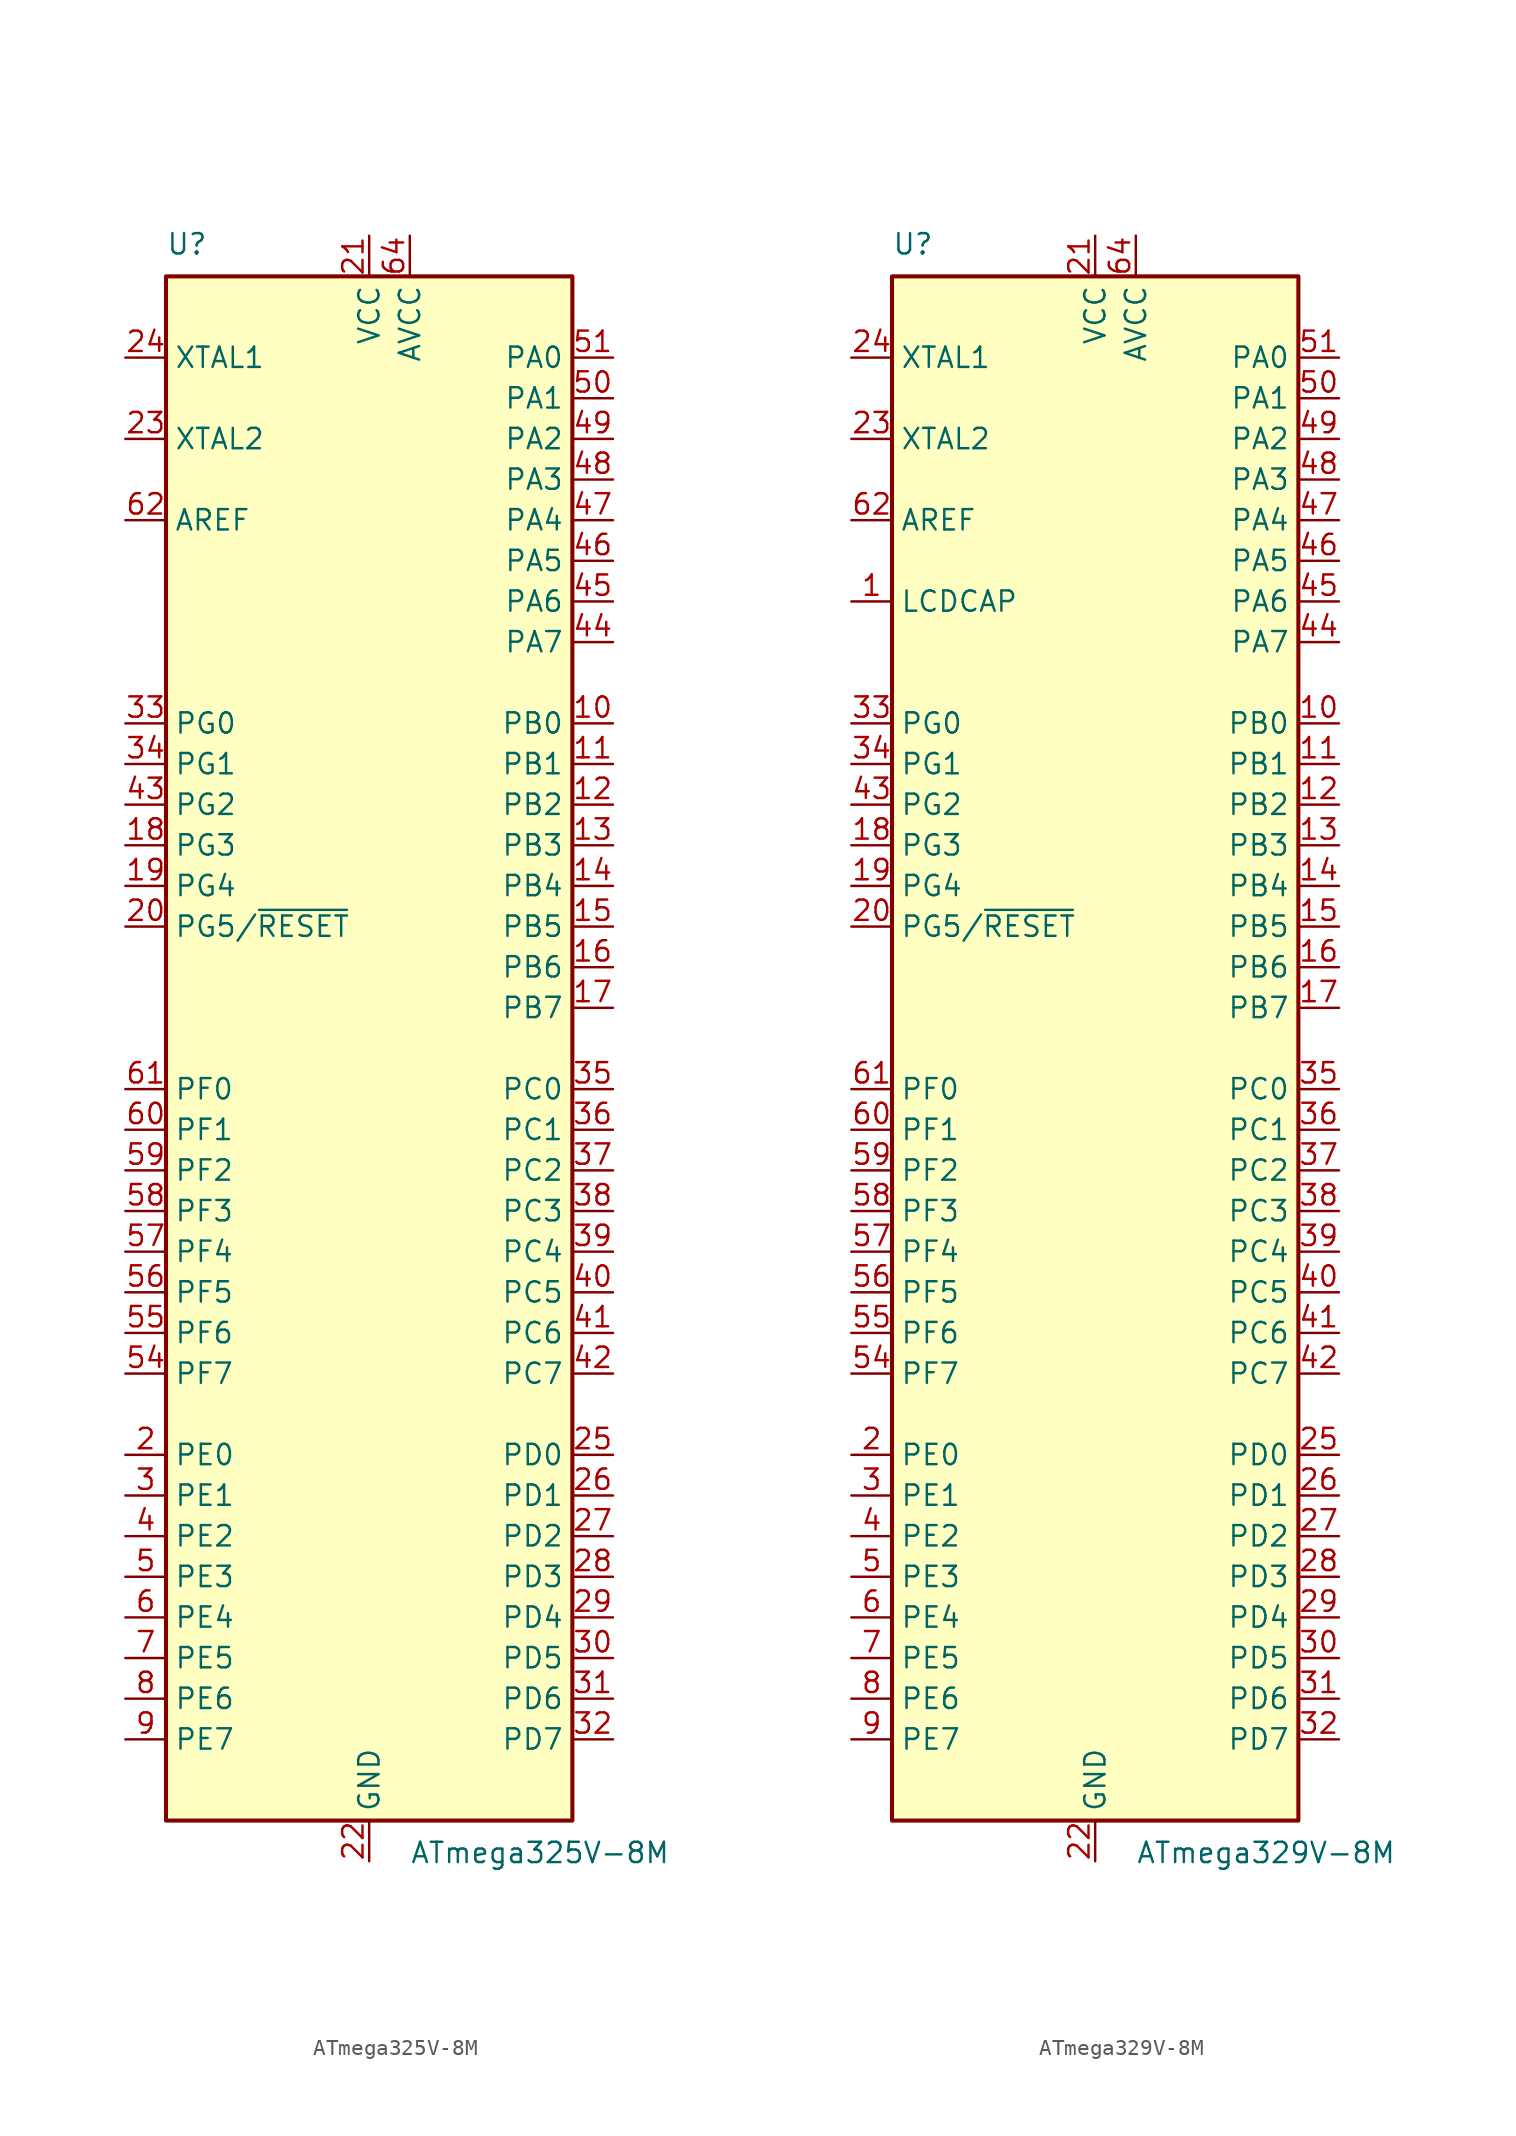
<source format=kicad_sym>
(kicad_symbol_lib
  (version 20201005)
  (generator kicad_symbol_editor)
  (symbol "MCU_Microchip_ATmega:ATmega325V-8M"
    (property "Reference" "U"
      (at -12.7 49.53 0)
      (effects (font (size 1.27 1.27)) (justify left bottom)))
    (property "Value" "ATmega325V-8M"
      (at 2.54 -49.53 0)
      (effects (font (size 1.27 1.27)) (justify left top)))
    (symbol "ATmega325V-8M_0_1"
      (rectangle (start -12.7 -48.26) (end 12.7 48.26) (stroke (width 0.254)) (fill (type background))))
    (symbol "ATmega325V-8M_1_1"
      (pin no_connect line (at -12.7 -45.72 0) (length 2.54) hide (name "NC" (effects (font (size 1.27 1.27)))) (number "1" (effects (font (size 1.27 1.27)))))
      (pin bidirectional line (at 15.24 20.32 180) (length 2.54) (name "PB0" (effects (font (size 1.27 1.27)))) (number "10" (effects (font (size 1.27 1.27)))))
      (pin bidirectional line (at 15.24 17.78 180) (length 2.54) (name "PB1" (effects (font (size 1.27 1.27)))) (number "11" (effects (font (size 1.27 1.27)))))
      (pin bidirectional line (at 15.24 15.24 180) (length 2.54) (name "PB2" (effects (font (size 1.27 1.27)))) (number "12" (effects (font (size 1.27 1.27)))))
      (pin bidirectional line (at 15.24 12.7 180) (length 2.54) (name "PB3" (effects (font (size 1.27 1.27)))) (number "13" (effects (font (size 1.27 1.27)))))
      (pin bidirectional line (at 15.24 10.16 180) (length 2.54) (name "PB4" (effects (font (size 1.27 1.27)))) (number "14" (effects (font (size 1.27 1.27)))))
      (pin bidirectional line (at 15.24 7.62 180) (length 2.54) (name "PB5" (effects (font (size 1.27 1.27)))) (number "15" (effects (font (size 1.27 1.27)))))
      (pin bidirectional line (at 15.24 5.08 180) (length 2.54) (name "PB6" (effects (font (size 1.27 1.27)))) (number "16" (effects (font (size 1.27 1.27)))))
      (pin bidirectional line (at 15.24 2.54 180) (length 2.54) (name "PB7" (effects (font (size 1.27 1.27)))) (number "17" (effects (font (size 1.27 1.27)))))
      (pin bidirectional line (at -15.24 12.7 0) (length 2.54) (name "PG3" (effects (font (size 1.27 1.27)))) (number "18" (effects (font (size 1.27 1.27)))))
      (pin bidirectional line (at -15.24 10.16 0) (length 2.54) (name "PG4" (effects (font (size 1.27 1.27)))) (number "19" (effects (font (size 1.27 1.27)))))
      (pin bidirectional line (at -15.24 -25.4 0) (length 2.54) (name "PE0" (effects (font (size 1.27 1.27)))) (number "2" (effects (font (size 1.27 1.27)))))
      (pin bidirectional line (at -15.24 7.62 0) (length 2.54) (name "PG5/~RESET" (effects (font (size 1.27 1.27)))) (number "20" (effects (font (size 1.27 1.27)))))
      (pin power_in line (at 0 50.8 270) (length 2.54) (name "VCC" (effects (font (size 1.27 1.27)))) (number "21" (effects (font (size 1.27 1.27)))))
      (pin power_in line (at 0 -50.8 90) (length 2.54) (name "GND" (effects (font (size 1.27 1.27)))) (number "22" (effects (font (size 1.27 1.27)))))
      (pin output line (at -15.24 38.1 0) (length 2.54) (name "XTAL2" (effects (font (size 1.27 1.27)))) (number "23" (effects (font (size 1.27 1.27)))))
      (pin input line (at -15.24 43.18 0) (length 2.54) (name "XTAL1" (effects (font (size 1.27 1.27)))) (number "24" (effects (font (size 1.27 1.27)))))
      (pin bidirectional line (at 15.24 -25.4 180) (length 2.54) (name "PD0" (effects (font (size 1.27 1.27)))) (number "25" (effects (font (size 1.27 1.27)))))
      (pin bidirectional line (at 15.24 -27.94 180) (length 2.54) (name "PD1" (effects (font (size 1.27 1.27)))) (number "26" (effects (font (size 1.27 1.27)))))
      (pin bidirectional line (at 15.24 -30.48 180) (length 2.54) (name "PD2" (effects (font (size 1.27 1.27)))) (number "27" (effects (font (size 1.27 1.27)))))
      (pin bidirectional line (at 15.24 -33.02 180) (length 2.54) (name "PD3" (effects (font (size 1.27 1.27)))) (number "28" (effects (font (size 1.27 1.27)))))
      (pin bidirectional line (at 15.24 -35.56 180) (length 2.54) (name "PD4" (effects (font (size 1.27 1.27)))) (number "29" (effects (font (size 1.27 1.27)))))
      (pin bidirectional line (at -15.24 -27.94 0) (length 2.54) (name "PE1" (effects (font (size 1.27 1.27)))) (number "3" (effects (font (size 1.27 1.27)))))
      (pin bidirectional line (at 15.24 -38.1 180) (length 2.54) (name "PD5" (effects (font (size 1.27 1.27)))) (number "30" (effects (font (size 1.27 1.27)))))
      (pin bidirectional line (at 15.24 -40.64 180) (length 2.54) (name "PD6" (effects (font (size 1.27 1.27)))) (number "31" (effects (font (size 1.27 1.27)))))
      (pin bidirectional line (at 15.24 -43.18 180) (length 2.54) (name "PD7" (effects (font (size 1.27 1.27)))) (number "32" (effects (font (size 1.27 1.27)))))
      (pin bidirectional line (at -15.24 20.32 0) (length 2.54) (name "PG0" (effects (font (size 1.27 1.27)))) (number "33" (effects (font (size 1.27 1.27)))))
      (pin bidirectional line (at -15.24 17.78 0) (length 2.54) (name "PG1" (effects (font (size 1.27 1.27)))) (number "34" (effects (font (size 1.27 1.27)))))
      (pin bidirectional line (at 15.24 -2.54 180) (length 2.54) (name "PC0" (effects (font (size 1.27 1.27)))) (number "35" (effects (font (size 1.27 1.27)))))
      (pin bidirectional line (at 15.24 -5.08 180) (length 2.54) (name "PC1" (effects (font (size 1.27 1.27)))) (number "36" (effects (font (size 1.27 1.27)))))
      (pin bidirectional line (at 15.24 -7.62 180) (length 2.54) (name "PC2" (effects (font (size 1.27 1.27)))) (number "37" (effects (font (size 1.27 1.27)))))
      (pin bidirectional line (at 15.24 -10.16 180) (length 2.54) (name "PC3" (effects (font (size 1.27 1.27)))) (number "38" (effects (font (size 1.27 1.27)))))
      (pin bidirectional line (at 15.24 -12.7 180) (length 2.54) (name "PC4" (effects (font (size 1.27 1.27)))) (number "39" (effects (font (size 1.27 1.27)))))
      (pin bidirectional line (at -15.24 -30.48 0) (length 2.54) (name "PE2" (effects (font (size 1.27 1.27)))) (number "4" (effects (font (size 1.27 1.27)))))
      (pin bidirectional line (at 15.24 -15.24 180) (length 2.54) (name "PC5" (effects (font (size 1.27 1.27)))) (number "40" (effects (font (size 1.27 1.27)))))
      (pin bidirectional line (at 15.24 -17.78 180) (length 2.54) (name "PC6" (effects (font (size 1.27 1.27)))) (number "41" (effects (font (size 1.27 1.27)))))
      (pin bidirectional line (at 15.24 -20.32 180) (length 2.54) (name "PC7" (effects (font (size 1.27 1.27)))) (number "42" (effects (font (size 1.27 1.27)))))
      (pin bidirectional line (at -15.24 15.24 0) (length 2.54) (name "PG2" (effects (font (size 1.27 1.27)))) (number "43" (effects (font (size 1.27 1.27)))))
      (pin bidirectional line (at 15.24 25.4 180) (length 2.54) (name "PA7" (effects (font (size 1.27 1.27)))) (number "44" (effects (font (size 1.27 1.27)))))
      (pin bidirectional line (at 15.24 27.94 180) (length 2.54) (name "PA6" (effects (font (size 1.27 1.27)))) (number "45" (effects (font (size 1.27 1.27)))))
      (pin bidirectional line (at 15.24 30.48 180) (length 2.54) (name "PA5" (effects (font (size 1.27 1.27)))) (number "46" (effects (font (size 1.27 1.27)))))
      (pin bidirectional line (at 15.24 33.02 180) (length 2.54) (name "PA4" (effects (font (size 1.27 1.27)))) (number "47" (effects (font (size 1.27 1.27)))))
      (pin bidirectional line (at 15.24 35.56 180) (length 2.54) (name "PA3" (effects (font (size 1.27 1.27)))) (number "48" (effects (font (size 1.27 1.27)))))
      (pin bidirectional line (at 15.24 38.1 180) (length 2.54) (name "PA2" (effects (font (size 1.27 1.27)))) (number "49" (effects (font (size 1.27 1.27)))))
      (pin bidirectional line (at -15.24 -33.02 0) (length 2.54) (name "PE3" (effects (font (size 1.27 1.27)))) (number "5" (effects (font (size 1.27 1.27)))))
      (pin bidirectional line (at 15.24 40.64 180) (length 2.54) (name "PA1" (effects (font (size 1.27 1.27)))) (number "50" (effects (font (size 1.27 1.27)))))
      (pin bidirectional line (at 15.24 43.18 180) (length 2.54) (name "PA0" (effects (font (size 1.27 1.27)))) (number "51" (effects (font (size 1.27 1.27)))))
      (pin passive line (at 0 50.8 270) (length 2.54) hide (name "VCC" (effects (font (size 1.27 1.27)))) (number "52" (effects (font (size 1.27 1.27)))))
      (pin passive line (at 0 -50.8 90) (length 2.54) hide (name "GND" (effects (font (size 1.27 1.27)))) (number "53" (effects (font (size 1.27 1.27)))))
      (pin bidirectional line (at -15.24 -20.32 0) (length 2.54) (name "PF7" (effects (font (size 1.27 1.27)))) (number "54" (effects (font (size 1.27 1.27)))))
      (pin bidirectional line (at -15.24 -17.78 0) (length 2.54) (name "PF6" (effects (font (size 1.27 1.27)))) (number "55" (effects (font (size 1.27 1.27)))))
      (pin bidirectional line (at -15.24 -15.24 0) (length 2.54) (name "PF5" (effects (font (size 1.27 1.27)))) (number "56" (effects (font (size 1.27 1.27)))))
      (pin bidirectional line (at -15.24 -12.7 0) (length 2.54) (name "PF4" (effects (font (size 1.27 1.27)))) (number "57" (effects (font (size 1.27 1.27)))))
      (pin bidirectional line (at -15.24 -10.16 0) (length 2.54) (name "PF3" (effects (font (size 1.27 1.27)))) (number "58" (effects (font (size 1.27 1.27)))))
      (pin bidirectional line (at -15.24 -7.62 0) (length 2.54) (name "PF2" (effects (font (size 1.27 1.27)))) (number "59" (effects (font (size 1.27 1.27)))))
      (pin bidirectional line (at -15.24 -35.56 0) (length 2.54) (name "PE4" (effects (font (size 1.27 1.27)))) (number "6" (effects (font (size 1.27 1.27)))))
      (pin bidirectional line (at -15.24 -5.08 0) (length 2.54) (name "PF1" (effects (font (size 1.27 1.27)))) (number "60" (effects (font (size 1.27 1.27)))))
      (pin bidirectional line (at -15.24 -2.54 0) (length 2.54) (name "PF0" (effects (font (size 1.27 1.27)))) (number "61" (effects (font (size 1.27 1.27)))))
      (pin passive line (at -15.24 33.02 0) (length 2.54) (name "AREF" (effects (font (size 1.27 1.27)))) (number "62" (effects (font (size 1.27 1.27)))))
      (pin passive line (at 0 -50.8 90) (length 2.54) hide (name "GND" (effects (font (size 1.27 1.27)))) (number "63" (effects (font (size 1.27 1.27)))))
      (pin power_in line (at 2.54 50.8 270) (length 2.54) (name "AVCC" (effects (font (size 1.27 1.27)))) (number "64" (effects (font (size 1.27 1.27)))))
      (pin passive line (at 0 -50.8 90) (length 2.54) hide (name "GND" (effects (font (size 1.27 1.27)))) (number "65" (effects (font (size 1.27 1.27)))))
      (pin bidirectional line (at -15.24 -38.1 0) (length 2.54) (name "PE5" (effects (font (size 1.27 1.27)))) (number "7" (effects (font (size 1.27 1.27)))))
      (pin bidirectional line (at -15.24 -40.64 0) (length 2.54) (name "PE6" (effects (font (size 1.27 1.27)))) (number "8" (effects (font (size 1.27 1.27)))))
      (pin bidirectional line (at -15.24 -43.18 0) (length 2.54) (name "PE7" (effects (font (size 1.27 1.27)))) (number "9" (effects (font (size 1.27 1.27)))))))
  (symbol "MCU_Microchip_ATmega:ATmega329V-8M"
    (property "Reference" "U"
      (at -12.7 49.53 0)
      (effects (font (size 1.27 1.27)) (justify left bottom)))
    (property "Value" "ATmega329V-8M"
      (at 2.54 -49.53 0)
      (effects (font (size 1.27 1.27)) (justify left top)))
    (symbol "ATmega329V-8M_0_1"
      (rectangle (start -12.7 -48.26) (end 12.7 48.26) (stroke (width 0.254)) (fill (type background))))
    (symbol "ATmega329V-8M_1_1"
      (pin passive line (at -15.24 27.94 0) (length 2.54) (name "LCDCAP" (effects (font (size 1.27 1.27)))) (number "1" (effects (font (size 1.27 1.27)))))
      (pin bidirectional line (at 15.24 20.32 180) (length 2.54) (name "PB0" (effects (font (size 1.27 1.27)))) (number "10" (effects (font (size 1.27 1.27)))))
      (pin bidirectional line (at 15.24 17.78 180) (length 2.54) (name "PB1" (effects (font (size 1.27 1.27)))) (number "11" (effects (font (size 1.27 1.27)))))
      (pin bidirectional line (at 15.24 15.24 180) (length 2.54) (name "PB2" (effects (font (size 1.27 1.27)))) (number "12" (effects (font (size 1.27 1.27)))))
      (pin bidirectional line (at 15.24 12.7 180) (length 2.54) (name "PB3" (effects (font (size 1.27 1.27)))) (number "13" (effects (font (size 1.27 1.27)))))
      (pin bidirectional line (at 15.24 10.16 180) (length 2.54) (name "PB4" (effects (font (size 1.27 1.27)))) (number "14" (effects (font (size 1.27 1.27)))))
      (pin bidirectional line (at 15.24 7.62 180) (length 2.54) (name "PB5" (effects (font (size 1.27 1.27)))) (number "15" (effects (font (size 1.27 1.27)))))
      (pin bidirectional line (at 15.24 5.08 180) (length 2.54) (name "PB6" (effects (font (size 1.27 1.27)))) (number "16" (effects (font (size 1.27 1.27)))))
      (pin bidirectional line (at 15.24 2.54 180) (length 2.54) (name "PB7" (effects (font (size 1.27 1.27)))) (number "17" (effects (font (size 1.27 1.27)))))
      (pin bidirectional line (at -15.24 12.7 0) (length 2.54) (name "PG3" (effects (font (size 1.27 1.27)))) (number "18" (effects (font (size 1.27 1.27)))))
      (pin bidirectional line (at -15.24 10.16 0) (length 2.54) (name "PG4" (effects (font (size 1.27 1.27)))) (number "19" (effects (font (size 1.27 1.27)))))
      (pin bidirectional line (at -15.24 -25.4 0) (length 2.54) (name "PE0" (effects (font (size 1.27 1.27)))) (number "2" (effects (font (size 1.27 1.27)))))
      (pin bidirectional line (at -15.24 7.62 0) (length 2.54) (name "PG5/~RESET" (effects (font (size 1.27 1.27)))) (number "20" (effects (font (size 1.27 1.27)))))
      (pin power_in line (at 0 50.8 270) (length 2.54) (name "VCC" (effects (font (size 1.27 1.27)))) (number "21" (effects (font (size 1.27 1.27)))))
      (pin power_in line (at 0 -50.8 90) (length 2.54) (name "GND" (effects (font (size 1.27 1.27)))) (number "22" (effects (font (size 1.27 1.27)))))
      (pin output line (at -15.24 38.1 0) (length 2.54) (name "XTAL2" (effects (font (size 1.27 1.27)))) (number "23" (effects (font (size 1.27 1.27)))))
      (pin input line (at -15.24 43.18 0) (length 2.54) (name "XTAL1" (effects (font (size 1.27 1.27)))) (number "24" (effects (font (size 1.27 1.27)))))
      (pin bidirectional line (at 15.24 -25.4 180) (length 2.54) (name "PD0" (effects (font (size 1.27 1.27)))) (number "25" (effects (font (size 1.27 1.27)))))
      (pin bidirectional line (at 15.24 -27.94 180) (length 2.54) (name "PD1" (effects (font (size 1.27 1.27)))) (number "26" (effects (font (size 1.27 1.27)))))
      (pin bidirectional line (at 15.24 -30.48 180) (length 2.54) (name "PD2" (effects (font (size 1.27 1.27)))) (number "27" (effects (font (size 1.27 1.27)))))
      (pin bidirectional line (at 15.24 -33.02 180) (length 2.54) (name "PD3" (effects (font (size 1.27 1.27)))) (number "28" (effects (font (size 1.27 1.27)))))
      (pin bidirectional line (at 15.24 -35.56 180) (length 2.54) (name "PD4" (effects (font (size 1.27 1.27)))) (number "29" (effects (font (size 1.27 1.27)))))
      (pin bidirectional line (at -15.24 -27.94 0) (length 2.54) (name "PE1" (effects (font (size 1.27 1.27)))) (number "3" (effects (font (size 1.27 1.27)))))
      (pin bidirectional line (at 15.24 -38.1 180) (length 2.54) (name "PD5" (effects (font (size 1.27 1.27)))) (number "30" (effects (font (size 1.27 1.27)))))
      (pin bidirectional line (at 15.24 -40.64 180) (length 2.54) (name "PD6" (effects (font (size 1.27 1.27)))) (number "31" (effects (font (size 1.27 1.27)))))
      (pin bidirectional line (at 15.24 -43.18 180) (length 2.54) (name "PD7" (effects (font (size 1.27 1.27)))) (number "32" (effects (font (size 1.27 1.27)))))
      (pin bidirectional line (at -15.24 20.32 0) (length 2.54) (name "PG0" (effects (font (size 1.27 1.27)))) (number "33" (effects (font (size 1.27 1.27)))))
      (pin bidirectional line (at -15.24 17.78 0) (length 2.54) (name "PG1" (effects (font (size 1.27 1.27)))) (number "34" (effects (font (size 1.27 1.27)))))
      (pin bidirectional line (at 15.24 -2.54 180) (length 2.54) (name "PC0" (effects (font (size 1.27 1.27)))) (number "35" (effects (font (size 1.27 1.27)))))
      (pin bidirectional line (at 15.24 -5.08 180) (length 2.54) (name "PC1" (effects (font (size 1.27 1.27)))) (number "36" (effects (font (size 1.27 1.27)))))
      (pin bidirectional line (at 15.24 -7.62 180) (length 2.54) (name "PC2" (effects (font (size 1.27 1.27)))) (number "37" (effects (font (size 1.27 1.27)))))
      (pin bidirectional line (at 15.24 -10.16 180) (length 2.54) (name "PC3" (effects (font (size 1.27 1.27)))) (number "38" (effects (font (size 1.27 1.27)))))
      (pin bidirectional line (at 15.24 -12.7 180) (length 2.54) (name "PC4" (effects (font (size 1.27 1.27)))) (number "39" (effects (font (size 1.27 1.27)))))
      (pin bidirectional line (at -15.24 -30.48 0) (length 2.54) (name "PE2" (effects (font (size 1.27 1.27)))) (number "4" (effects (font (size 1.27 1.27)))))
      (pin bidirectional line (at 15.24 -15.24 180) (length 2.54) (name "PC5" (effects (font (size 1.27 1.27)))) (number "40" (effects (font (size 1.27 1.27)))))
      (pin bidirectional line (at 15.24 -17.78 180) (length 2.54) (name "PC6" (effects (font (size 1.27 1.27)))) (number "41" (effects (font (size 1.27 1.27)))))
      (pin bidirectional line (at 15.24 -20.32 180) (length 2.54) (name "PC7" (effects (font (size 1.27 1.27)))) (number "42" (effects (font (size 1.27 1.27)))))
      (pin bidirectional line (at -15.24 15.24 0) (length 2.54) (name "PG2" (effects (font (size 1.27 1.27)))) (number "43" (effects (font (size 1.27 1.27)))))
      (pin bidirectional line (at 15.24 25.4 180) (length 2.54) (name "PA7" (effects (font (size 1.27 1.27)))) (number "44" (effects (font (size 1.27 1.27)))))
      (pin bidirectional line (at 15.24 27.94 180) (length 2.54) (name "PA6" (effects (font (size 1.27 1.27)))) (number "45" (effects (font (size 1.27 1.27)))))
      (pin bidirectional line (at 15.24 30.48 180) (length 2.54) (name "PA5" (effects (font (size 1.27 1.27)))) (number "46" (effects (font (size 1.27 1.27)))))
      (pin bidirectional line (at 15.24 33.02 180) (length 2.54) (name "PA4" (effects (font (size 1.27 1.27)))) (number "47" (effects (font (size 1.27 1.27)))))
      (pin bidirectional line (at 15.24 35.56 180) (length 2.54) (name "PA3" (effects (font (size 1.27 1.27)))) (number "48" (effects (font (size 1.27 1.27)))))
      (pin bidirectional line (at 15.24 38.1 180) (length 2.54) (name "PA2" (effects (font (size 1.27 1.27)))) (number "49" (effects (font (size 1.27 1.27)))))
      (pin bidirectional line (at -15.24 -33.02 0) (length 2.54) (name "PE3" (effects (font (size 1.27 1.27)))) (number "5" (effects (font (size 1.27 1.27)))))
      (pin bidirectional line (at 15.24 40.64 180) (length 2.54) (name "PA1" (effects (font (size 1.27 1.27)))) (number "50" (effects (font (size 1.27 1.27)))))
      (pin bidirectional line (at 15.24 43.18 180) (length 2.54) (name "PA0" (effects (font (size 1.27 1.27)))) (number "51" (effects (font (size 1.27 1.27)))))
      (pin passive line (at 0 50.8 270) (length 2.54) hide (name "VCC" (effects (font (size 1.27 1.27)))) (number "52" (effects (font (size 1.27 1.27)))))
      (pin passive line (at 0 -50.8 90) (length 2.54) hide (name "GND" (effects (font (size 1.27 1.27)))) (number "53" (effects (font (size 1.27 1.27)))))
      (pin bidirectional line (at -15.24 -20.32 0) (length 2.54) (name "PF7" (effects (font (size 1.27 1.27)))) (number "54" (effects (font (size 1.27 1.27)))))
      (pin bidirectional line (at -15.24 -17.78 0) (length 2.54) (name "PF6" (effects (font (size 1.27 1.27)))) (number "55" (effects (font (size 1.27 1.27)))))
      (pin bidirectional line (at -15.24 -15.24 0) (length 2.54) (name "PF5" (effects (font (size 1.27 1.27)))) (number "56" (effects (font (size 1.27 1.27)))))
      (pin bidirectional line (at -15.24 -12.7 0) (length 2.54) (name "PF4" (effects (font (size 1.27 1.27)))) (number "57" (effects (font (size 1.27 1.27)))))
      (pin bidirectional line (at -15.24 -10.16 0) (length 2.54) (name "PF3" (effects (font (size 1.27 1.27)))) (number "58" (effects (font (size 1.27 1.27)))))
      (pin bidirectional line (at -15.24 -7.62 0) (length 2.54) (name "PF2" (effects (font (size 1.27 1.27)))) (number "59" (effects (font (size 1.27 1.27)))))
      (pin bidirectional line (at -15.24 -35.56 0) (length 2.54) (name "PE4" (effects (font (size 1.27 1.27)))) (number "6" (effects (font (size 1.27 1.27)))))
      (pin bidirectional line (at -15.24 -5.08 0) (length 2.54) (name "PF1" (effects (font (size 1.27 1.27)))) (number "60" (effects (font (size 1.27 1.27)))))
      (pin bidirectional line (at -15.24 -2.54 0) (length 2.54) (name "PF0" (effects (font (size 1.27 1.27)))) (number "61" (effects (font (size 1.27 1.27)))))
      (pin passive line (at -15.24 33.02 0) (length 2.54) (name "AREF" (effects (font (size 1.27 1.27)))) (number "62" (effects (font (size 1.27 1.27)))))
      (pin passive line (at 0 -50.8 90) (length 2.54) hide (name "GND" (effects (font (size 1.27 1.27)))) (number "63" (effects (font (size 1.27 1.27)))))
      (pin power_in line (at 2.54 50.8 270) (length 2.54) (name "AVCC" (effects (font (size 1.27 1.27)))) (number "64" (effects (font (size 1.27 1.27)))))
      (pin passive line (at 0 -50.8 90) (length 2.54) hide (name "GND" (effects (font (size 1.27 1.27)))) (number "65" (effects (font (size 1.27 1.27)))))
      (pin bidirectional line (at -15.24 -38.1 0) (length 2.54) (name "PE5" (effects (font (size 1.27 1.27)))) (number "7" (effects (font (size 1.27 1.27)))))
      (pin bidirectional line (at -15.24 -40.64 0) (length 2.54) (name "PE6" (effects (font (size 1.27 1.27)))) (number "8" (effects (font (size 1.27 1.27)))))
      (pin bidirectional line (at -15.24 -43.18 0) (length 2.54) (name "PE7" (effects (font (size 1.27 1.27)))) (number "9" (effects (font (size 1.27 1.27))))))))
</source>
